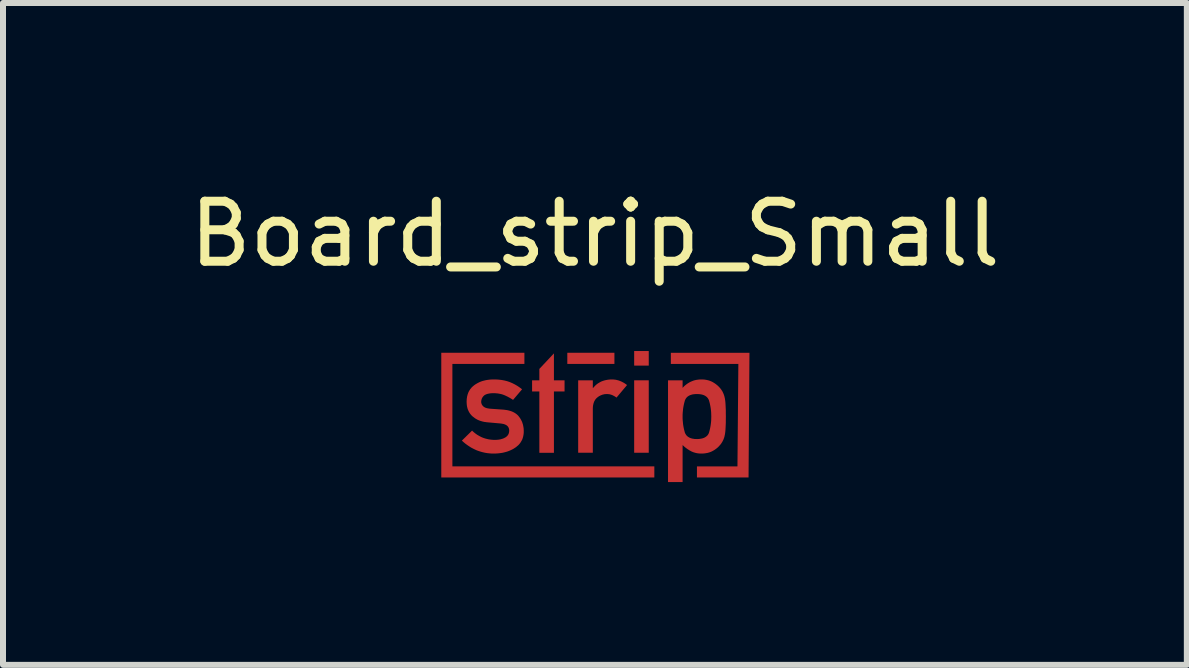
<source format=kicad_pcb>
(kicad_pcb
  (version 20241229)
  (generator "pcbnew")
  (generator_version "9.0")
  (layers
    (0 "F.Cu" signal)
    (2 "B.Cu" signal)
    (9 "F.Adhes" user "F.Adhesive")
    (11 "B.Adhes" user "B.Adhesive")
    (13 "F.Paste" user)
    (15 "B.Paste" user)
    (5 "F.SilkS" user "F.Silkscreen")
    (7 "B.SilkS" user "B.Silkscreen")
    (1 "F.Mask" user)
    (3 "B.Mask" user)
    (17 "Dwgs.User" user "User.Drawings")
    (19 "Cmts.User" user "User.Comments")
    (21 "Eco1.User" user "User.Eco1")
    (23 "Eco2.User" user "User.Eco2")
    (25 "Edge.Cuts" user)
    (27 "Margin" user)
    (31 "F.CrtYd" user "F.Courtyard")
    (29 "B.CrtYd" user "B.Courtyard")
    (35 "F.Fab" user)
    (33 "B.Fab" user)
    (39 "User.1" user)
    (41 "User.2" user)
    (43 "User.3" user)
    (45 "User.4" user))
  (footprint "Board_strip_Small"
    (layer "F.Cu")
    (at 6.863 3.848)
    (property "Reference" "Board_strip_Small" (at 0 -3 0) (unlocked yes) (layer "F.SilkS") (effects (font (size 1 1) (thickness 0.15))))
    (attr exclude_from_pos_files exclude_from_bom allow_missing_courtyard)
    (fp_poly (pts (xy 0.325 -0.834) (xy -0.46 -0.834) (xy -0.46 -1.02) (xy 0.325 -1.02)) (stroke (width 0) (type solid)) (fill yes) (layer "F.Cu"))
    (fp_poly (pts (xy 0.897 -0.806) (xy 0.654 -0.806) (xy 0.654 -1.049) (xy 0.897 -1.049)) (stroke (width 0) (type solid)) (fill yes) (layer "F.Cu"))
    (fp_poly (pts (xy 0.897 0.646) (xy 0.654 0.646) (xy 0.654 -0.561) (xy 0.897 -0.561)) (stroke (width 0) (type solid)) (fill yes) (layer "F.Cu"))
    (fp_poly (pts (xy -1.175 -0.834) (xy -2.375 -0.834) (xy -2.375 0.873) (xy 0.99 0.873) (xy 0.99 1.058) (xy -2.56 1.058) (xy -2.56 -1.02) (xy -1.175 -1.02)) (stroke (width 0) (type solid)) (fill yes) (layer "F.Cu"))
    (fp_poly (pts (xy 2.56 1.058) (xy 1.7 1.058) (xy 1.7 0.873) (xy 2.375 0.873) (xy 2.39 -0.834) (xy 1.265 -0.834) (xy 1.265 -1.019) (xy 2.575 -1.019)) (stroke (width 0) (type solid)) (fill yes) (layer "F.Cu"))
    (fp_poly (pts (xy -0.683 -0.561) (xy -0.506 -0.561) (xy -0.506 -0.375) (xy -0.683 -0.375) (xy -0.683 0.647) (xy -0.926 0.647) (xy -0.926 -0.375) (xy -1.047 -0.375) (xy -1.047 -0.561) (xy -0.926 -0.561) (xy -0.926 -0.751) (xy -0.683 -1.01)) (stroke (width 0) (type solid)) (fill yes) (layer "F.Cu"))
    (fp_poly (pts (xy 0.3 -0.575) (xy 0.316 -0.574) (xy 0.332 -0.572) (xy 0.349 -0.57) (xy 0.365 -0.566) (xy 0.381 -0.562) (xy 0.397 -0.558) (xy 0.412 -0.552) (xy 0.428 -0.546) (xy 0.444 -0.539) (xy 0.459 -0.531) (xy 0.475 -0.523) (xy 0.49 -0.514) (xy 0.505 -0.504) (xy 0.52 -0.494) (xy 0.535 -0.482) (xy 0.36 -0.273) (xy 0.35 -0.28) (xy 0.34 -0.287) (xy 0.33 -0.293) (xy 0.32 -0.299) (xy 0.31 -0.304) (xy 0.3 -0.309) (xy 0.29 -0.314) (xy 0.28 -0.318) (xy 0.27 -0.321) (xy 0.26 -0.324) (xy 0.25 -0.327) (xy 0.24 -0.329) (xy 0.23 -0.33) (xy 0.22 -0.331) (xy 0.209 -0.332) (xy 0.199 -0.332) (xy 0.188 -0.332) (xy 0.177 -0.331) (xy 0.166 -0.33) (xy 0.156 -0.329) (xy 0.145 -0.326) (xy 0.135 -0.324) (xy 0.124 -0.321) (xy 0.114 -0.317) (xy 0.104 -0.313) (xy 0.094 -0.309) (xy 0.084 -0.304) (xy 0.074 -0.299) (xy 0.065 -0.293) (xy 0.055 -0.287) (xy 0.046 -0.28) (xy 0.037 -0.272) (xy 0.028 -0.265) (xy 0.02 -0.256) (xy 0.012 -0.247) (xy 0.005 -0.238) (xy -0.001 -0.228) (xy -0.007 -0.217) (xy -0.013 -0.206) (xy -0.017 -0.194) (xy -0.022 -0.182) (xy -0.025 -0.169) (xy -0.028 -0.156) (xy -0.031 -0.142) (xy -0.033 -0.127) (xy -0.034 -0.112) (xy -0.035 -0.096) (xy -0.035 -0.08) (xy -0.035 0.646) (xy -0.279 0.646) (xy -0.279 -0.561) (xy -0.035 -0.561) (xy -0.035 -0.432) (xy -0.031 -0.432) (xy -0.017 -0.45) (xy -0.001 -0.466) (xy 0.014 -0.481) (xy 0.031 -0.495) (xy 0.048 -0.508) (xy 0.066 -0.519) (xy 0.085 -0.53) (xy 0.104 -0.54) (xy 0.124 -0.548) (xy 0.145 -0.555) (xy 0.166 -0.561) (xy 0.188 -0.566) (xy 0.211 -0.57) (xy 0.234 -0.573) (xy 0.258 -0.575) (xy 0.283 -0.575)) (stroke (width 0) (type solid)) (fill yes) (layer "F.Cu"))
    (fp_poly (pts (xy 1.786 -0.575) (xy 1.8 -0.575) (xy 1.813 -0.574) (xy 1.826 -0.573) (xy 1.839 -0.571) (xy 1.851 -0.569) (xy 1.863 -0.567) (xy 1.875 -0.564) (xy 1.887 -0.561) (xy 1.899 -0.558) (xy 1.91 -0.554) (xy 1.921 -0.55) (xy 1.932 -0.546) (xy 1.943 -0.541) (xy 1.953 -0.536) (xy 1.963 -0.531) (xy 1.973 -0.525) (xy 1.983 -0.519) (xy 1.992 -0.513) (xy 2.002 -0.507) (xy 2.011 -0.5) (xy 2.019 -0.494) (xy 2.028 -0.487) (xy 2.036 -0.48) (xy 2.045 -0.473) (xy 2.053 -0.466) (xy 2.06 -0.458) (xy 2.068 -0.451) (xy 2.075 -0.443) (xy 2.082 -0.435) (xy 2.089 -0.427) (xy 2.096 -0.418) (xy 2.102 -0.41) (xy 2.108 -0.402) (xy 2.113 -0.393) (xy 2.119 -0.385) (xy 2.124 -0.376) (xy 2.129 -0.367) (xy 2.133 -0.357) (xy 2.138 -0.348) (xy 2.142 -0.338) (xy 2.146 -0.329) (xy 2.149 -0.319) (xy 2.153 -0.309) (xy 2.156 -0.298) (xy 2.159 -0.288) (xy 2.161 -0.277) (xy 2.164 -0.267) (xy 2.168 -0.243) (xy 2.172 -0.215) (xy 2.175 -0.182) (xy 2.177 -0.146) (xy 2.179 -0.105) (xy 2.181 -0.06) (xy 2.181 -0.01) (xy 2.182 0.043) (xy 2.181 0.097) (xy 2.181 0.146) (xy 2.179 0.191) (xy 2.177 0.232) (xy 2.175 0.268) (xy 2.172 0.3) (xy 2.168 0.329) (xy 2.164 0.352) (xy 2.161 0.363) (xy 2.159 0.374) (xy 2.156 0.384) (xy 2.153 0.395) (xy 2.149 0.405) (xy 2.146 0.415) (xy 2.142 0.424) (xy 2.138 0.434) (xy 2.133 0.443) (xy 2.129 0.452) (xy 2.124 0.461) (xy 2.119 0.47) (xy 2.113 0.479) (xy 2.108 0.487) (xy 2.102 0.496) (xy 2.096 0.504) (xy 2.089 0.512) (xy 2.082 0.52) (xy 2.075 0.528) (xy 2.068 0.536) (xy 2.06 0.544) (xy 2.053 0.552) (xy 2.045 0.559) (xy 2.036 0.566) (xy 2.028 0.573) (xy 2.019 0.58) (xy 2.011 0.586) (xy 2.002 0.592) (xy 1.992 0.599) (xy 1.983 0.605) (xy 1.973 0.61) (xy 1.963 0.616) (xy 1.953 0.621) (xy 1.943 0.626) (xy 1.932 0.631) (xy 1.921 0.635) (xy 1.91 0.639) (xy 1.899 0.642) (xy 1.887 0.646) (xy 1.875 0.649) (xy 1.863 0.651) (xy 1.851 0.653) (xy 1.839 0.655) (xy 1.826 0.657) (xy 1.813 0.658) (xy 1.8 0.659) (xy 1.786 0.659) (xy 1.772 0.659) (xy 1.761 0.659) (xy 1.749 0.659) (xy 1.738 0.658) (xy 1.727 0.657) (xy 1.716 0.656) (xy 1.705 0.654) (xy 1.694 0.652) (xy 1.683 0.65) (xy 1.673 0.647) (xy 1.662 0.644) (xy 1.652 0.641) (xy 1.642 0.638) (xy 1.632 0.634) (xy 1.622 0.63) (xy 1.613 0.626) (xy 1.603 0.621) (xy 1.594 0.616) (xy 1.585 0.611) (xy 1.575 0.606) (xy 1.566 0.6) (xy 1.557 0.594) (xy 1.548 0.589) (xy 1.539 0.582) (xy 1.53 0.576) (xy 1.521 0.569) (xy 1.512 0.563) (xy 1.504 0.556) (xy 1.495 0.549) (xy 1.486 0.541) (xy 1.478 0.533) (xy 1.461 0.518) (xy 1.461 1.134) (xy 1.218 1.134) (xy 1.218 0.043) (xy 1.461 0.043) (xy 1.461 0.076) (xy 1.463 0.108) (xy 1.466 0.14) (xy 1.469 0.172) (xy 1.474 0.204) (xy 1.48 0.235) (xy 1.487 0.266) (xy 1.495 0.296) (xy 1.497 0.304) (xy 1.499 0.311) (xy 1.502 0.318) (xy 1.505 0.325) (xy 1.509 0.331) (xy 1.512 0.337) (xy 1.516 0.343) (xy 1.52 0.349) (xy 1.524 0.355) (xy 1.529 0.36) (xy 1.534 0.365) (xy 1.539 0.37) (xy 1.545 0.375) (xy 1.55 0.379) (xy 1.556 0.383) (xy 1.563 0.387) (xy 1.569 0.391) (xy 1.576 0.394) (xy 1.583 0.398) (xy 1.59 0.401) (xy 1.598 0.403) (xy 1.606 0.406) (xy 1.614 0.408) (xy 1.622 0.41) (xy 1.631 0.412) (xy 1.64 0.413) (xy 1.649 0.415) (xy 1.659 0.416) (xy 1.668 0.417) (xy 1.678 0.417) (xy 1.689 0.417) (xy 1.699 0.418) (xy 1.72 0.417) (xy 1.74 0.416) (xy 1.758 0.413) (xy 1.776 0.41) (xy 1.793 0.406) (xy 1.808 0.401) (xy 1.823 0.395) (xy 1.836 0.388) (xy 1.848 0.38) (xy 1.859 0.372) (xy 1.87 0.362) (xy 1.879 0.352) (xy 1.887 0.34) (xy 1.894 0.328) (xy 1.9 0.314) (xy 1.904 0.3) (xy 1.912 0.27) (xy 1.919 0.24) (xy 1.925 0.209) (xy 1.93 0.177) (xy 1.934 0.145) (xy 1.937 0.112) (xy 1.938 0.078) (xy 1.939 0.043) (xy 1.938 0.009) (xy 1.937 -0.025) (xy 1.934 -0.058) (xy 1.93 -0.091) (xy 1.925 -0.123) (xy 1.919 -0.154) (xy 1.912 -0.185) (xy 1.904 -0.214) (xy 1.902 -0.222) (xy 1.9 -0.229) (xy 1.897 -0.235) (xy 1.894 -0.242) (xy 1.89 -0.248) (xy 1.887 -0.254) (xy 1.883 -0.26) (xy 1.879 -0.266) (xy 1.874 -0.271) (xy 1.87 -0.277) (xy 1.865 -0.282) (xy 1.859 -0.286) (xy 1.854 -0.291) (xy 1.848 -0.295) (xy 1.842 -0.299) (xy 1.836 -0.303) (xy 1.829 -0.306) (xy 1.823 -0.31) (xy 1.816 -0.313) (xy 1.808 -0.316) (xy 1.801 -0.318) (xy 1.793 -0.321) (xy 1.785 -0.323) (xy 1.776 -0.325) (xy 1.767 -0.327) (xy 1.758 -0.328) (xy 1.749 -0.329) (xy 1.74 -0.331) (xy 1.73 -0.331) (xy 1.72 -0.332) (xy 1.71 -0.332) (xy 1.699 -0.332) (xy 1.678 -0.332) (xy 1.659 -0.33) (xy 1.64 -0.328) (xy 1.622 -0.325) (xy 1.606 -0.32) (xy 1.59 -0.315) (xy 1.576 -0.309) (xy 1.563 -0.302) (xy 1.55 -0.294) (xy 1.539 -0.285) (xy 1.529 -0.275) (xy 1.52 -0.264) (xy 1.512 -0.252) (xy 1.505 -0.239) (xy 1.499 -0.225) (xy 1.495 -0.21) (xy 1.487 -0.18) (xy 1.48 -0.149) (xy 1.474 -0.117) (xy 1.469 -0.086) (xy 1.466 -0.054) (xy 1.463 -0.022) (xy 1.461 0.011) (xy 1.461 0.043) (xy 1.218 0.043) (xy 1.218 -0.561) (xy 1.461 -0.561) (xy 1.461 -0.435) (xy 1.477 -0.452) (xy 1.493 -0.468) (xy 1.51 -0.482) (xy 1.528 -0.496) (xy 1.546 -0.509) (xy 1.564 -0.52) (xy 1.583 -0.531) (xy 1.602 -0.54) (xy 1.622 -0.548) (xy 1.642 -0.556) (xy 1.663 -0.562) (xy 1.684 -0.567) (xy 1.705 -0.57) (xy 1.727 -0.573) (xy 1.75 -0.575) (xy 1.772 -0.575)) (stroke (width 0) (type solid)) (fill yes) (layer "F.Cu"))
    (fp_poly (pts (xy -1.649 -0.575) (xy -1.612 -0.573) (xy -1.576 -0.569) (xy -1.558 -0.567) (xy -1.541 -0.564) (xy -1.524 -0.561) (xy -1.508 -0.558) (xy -1.492 -0.554) (xy -1.476 -0.55) (xy -1.461 -0.546) (xy -1.446 -0.541) (xy -1.431 -0.536) (xy -1.417 -0.531) (xy -1.389 -0.519) (xy -1.375 -0.513) (xy -1.362 -0.506) (xy -1.349 -0.5) (xy -1.336 -0.493) (xy -1.323 -0.486) (xy -1.31 -0.478) (xy -1.297 -0.471) (xy -1.285 -0.463) (xy -1.273 -0.455) (xy -1.261 -0.447) (xy -1.249 -0.438) (xy -1.237 -0.43) (xy -1.226 -0.421) (xy -1.214 -0.411) (xy -1.364 -0.235) (xy -1.383 -0.247) (xy -1.401 -0.258) (xy -1.419 -0.269) (xy -1.438 -0.279) (xy -1.456 -0.289) (xy -1.475 -0.298) (xy -1.494 -0.307) (xy -1.513 -0.315) (xy -1.523 -0.319) (xy -1.533 -0.322) (xy -1.543 -0.326) (xy -1.553 -0.329) (xy -1.563 -0.331) (xy -1.574 -0.334) (xy -1.585 -0.336) (xy -1.595 -0.338) (xy -1.606 -0.34) (xy -1.617 -0.342) (xy -1.629 -0.343) (xy -1.64 -0.344) (xy -1.652 -0.345) (xy -1.664 -0.346) (xy -1.676 -0.346) (xy -1.688 -0.346) (xy -1.702 -0.346) (xy -1.716 -0.346) (xy -1.729 -0.345) (xy -1.742 -0.344) (xy -1.754 -0.342) (xy -1.765 -0.34) (xy -1.776 -0.338) (xy -1.786 -0.336) (xy -1.796 -0.333) (xy -1.805 -0.33) (xy -1.814 -0.327) (xy -1.822 -0.323) (xy -1.83 -0.319) (xy -1.837 -0.315) (xy -1.844 -0.31) (xy -1.849 -0.305) (xy -1.855 -0.3) (xy -1.86 -0.294) (xy -1.865 -0.289) (xy -1.869 -0.283) (xy -1.873 -0.277) (xy -1.877 -0.271) (xy -1.88 -0.265) (xy -1.883 -0.258) (xy -1.886 -0.252) (xy -1.888 -0.245) (xy -1.89 -0.238) (xy -1.892 -0.231) (xy -1.893 -0.224) (xy -1.894 -0.216) (xy -1.895 -0.209) (xy -1.895 -0.201) (xy -1.895 -0.196) (xy -1.894 -0.191) (xy -1.894 -0.186) (xy -1.893 -0.182) (xy -1.891 -0.177) (xy -1.89 -0.172) (xy -1.888 -0.168) (xy -1.886 -0.163) (xy -1.884 -0.158) (xy -1.882 -0.154) (xy -1.879 -0.149) (xy -1.876 -0.145) (xy -1.873 -0.141) (xy -1.869 -0.136) (xy -1.865 -0.132) (xy -1.861 -0.128) (xy -1.857 -0.124) (xy -1.852 -0.12) (xy -1.846 -0.116) (xy -1.841 -0.113) (xy -1.834 -0.109) (xy -1.828 -0.106) (xy -1.82 -0.103) (xy -1.813 -0.101) (xy -1.805 -0.098) (xy -1.796 -0.096) (xy -1.787 -0.094) (xy -1.778 -0.092) (xy -1.768 -0.091) (xy -1.758 -0.089) (xy -1.747 -0.088) (xy -1.735 -0.087) (xy -1.535 -0.073) (xy -1.512 -0.071) (xy -1.49 -0.068) (xy -1.469 -0.065) (xy -1.448 -0.061) (xy -1.429 -0.056) (xy -1.41 -0.051) (xy -1.392 -0.045) (xy -1.375 -0.038) (xy -1.358 -0.03) (xy -1.343 -0.022) (xy -1.328 -0.013) (xy -1.314 -0.003) (xy -1.301 0.007) (xy -1.289 0.018) (xy -1.277 0.03) (xy -1.267 0.043) (xy -1.257 0.056) (xy -1.248 0.069) (xy -1.239 0.083) (xy -1.231 0.097) (xy -1.224 0.111) (xy -1.217 0.125) (xy -1.211 0.14) (xy -1.206 0.156) (xy -1.201 0.171) (xy -1.197 0.187) (xy -1.194 0.203) (xy -1.191 0.22) (xy -1.188 0.236) (xy -1.187 0.253) (xy -1.186 0.271) (xy -1.186 0.289) (xy -1.186 0.31) (xy -1.188 0.332) (xy -1.191 0.352) (xy -1.195 0.372) (xy -1.2 0.392) (xy -1.206 0.411) (xy -1.213 0.429) (xy -1.222 0.446) (xy -1.232 0.463) (xy -1.242 0.479) (xy -1.254 0.495) (xy -1.267 0.51) (xy -1.281 0.524) (xy -1.297 0.537) (xy -1.313 0.551) (xy -1.331 0.563) (xy -1.349 0.575) (xy -1.368 0.586) (xy -1.388 0.596) (xy -1.407 0.605) (xy -1.428 0.614) (xy -1.449 0.622) (xy -1.47 0.629) (xy -1.492 0.635) (xy -1.515 0.641) (xy -1.537 0.646) (xy -1.561 0.65) (xy -1.585 0.653) (xy -1.609 0.656) (xy -1.634 0.658) (xy -1.66 0.659) (xy -1.685 0.659) (xy -1.723 0.659) (xy -1.76 0.656) (xy -1.796 0.652) (xy -1.832 0.646) (xy -1.867 0.638) (xy -1.901 0.629) (xy -1.935 0.618) (xy -1.969 0.606) (xy -2.002 0.591) (xy -2.034 0.575) (xy -2.066 0.558) (xy -2.097 0.538) (xy -2.128 0.517) (xy -2.158 0.495) (xy -2.188 0.47) (xy -2.217 0.444) (xy -2.047 0.277) (xy -2.027 0.296) (xy -2.007 0.313) (xy -1.985 0.33) (xy -1.964 0.345) (xy -1.942 0.358) (xy -1.919 0.371) (xy -1.896 0.383) (xy -1.873 0.393) (xy -1.849 0.402) (xy -1.824 0.41) (xy -1.799 0.416) (xy -1.774 0.422) (xy -1.748 0.426) (xy -1.721 0.429) (xy -1.694 0.431) (xy -1.667 0.432) (xy -1.654 0.431) (xy -1.642 0.431) (xy -1.629 0.43) (xy -1.617 0.429) (xy -1.606 0.428) (xy -1.594 0.426) (xy -1.583 0.424) (xy -1.572 0.422) (xy -1.562 0.419) (xy -1.552 0.416) (xy -1.542 0.413) (xy -1.532 0.41) (xy -1.523 0.406) (xy -1.513 0.402) (xy -1.505 0.397) (xy -1.496 0.393) (xy -1.488 0.388) (xy -1.484 0.385) (xy -1.48 0.382) (xy -1.477 0.379) (xy -1.473 0.377) (xy -1.47 0.374) (xy -1.466 0.371) (xy -1.463 0.368) (xy -1.46 0.365) (xy -1.458 0.361) (xy -1.455 0.358) (xy -1.452 0.355) (xy -1.45 0.351) (xy -1.448 0.348) (xy -1.445 0.344) (xy -1.443 0.341) (xy -1.441 0.337) (xy -1.44 0.333) (xy -1.438 0.329) (xy -1.436 0.325) (xy -1.435 0.321) (xy -1.434 0.317) (xy -1.433 0.313) (xy -1.432 0.309) (xy -1.431 0.304) (xy -1.43 0.3) (xy -1.43 0.296) (xy -1.429 0.291) (xy -1.429 0.286) (xy -1.428 0.277) (xy -1.429 0.27) (xy -1.429 0.264) (xy -1.43 0.258) (xy -1.431 0.252) (xy -1.432 0.246) (xy -1.434 0.241) (xy -1.436 0.235) (xy -1.438 0.23) (xy -1.44 0.225) (xy -1.443 0.22) (xy -1.446 0.215) (xy -1.449 0.211) (xy -1.453 0.206) (xy -1.457 0.202) (xy -1.461 0.198) (xy -1.465 0.194) (xy -1.47 0.191) (xy -1.475 0.187) (xy -1.481 0.184) (xy -1.486 0.181) (xy -1.492 0.178) (xy -1.498 0.175) (xy -1.505 0.173) (xy -1.512 0.17) (xy -1.519 0.168) (xy -1.526 0.166) (xy -1.534 0.165) (xy -1.542 0.163) (xy -1.55 0.162) (xy -1.558 0.16) (xy -1.576 0.158) (xy -1.79 0.139) (xy -1.809 0.137) (xy -1.827 0.134) (xy -1.845 0.132) (xy -1.862 0.128) (xy -1.879 0.124) (xy -1.895 0.119) (xy -1.912 0.114) (xy -1.927 0.108) (xy -1.943 0.102) (xy -1.958 0.095) (xy -1.972 0.087) (xy -1.986 0.079) (xy -2 0.07) (xy -2.013 0.06) (xy -2.026 0.05) (xy -2.039 0.04) (xy -2.051 0.029) (xy -2.062 0.017) (xy -2.072 0.005) (xy -2.082 -0.008) (xy -2.091 -0.022) (xy -2.099 -0.035) (xy -2.106 -0.05) (xy -2.113 -0.065) (xy -2.119 -0.08) (xy -2.124 -0.096) (xy -2.128 -0.113) (xy -2.132 -0.13) (xy -2.134 -0.147) (xy -2.136 -0.165) (xy -2.137 -0.184) (xy -2.138 -0.203) (xy -2.137 -0.226) (xy -2.136 -0.248) (xy -2.133 -0.269) (xy -2.13 -0.29) (xy -2.125 -0.309) (xy -2.12 -0.328) (xy -2.113 -0.347) (xy -2.106 -0.365) (xy -2.097 -0.382) (xy -2.087 -0.398) (xy -2.077 -0.414) (xy -2.065 -0.428) (xy -2.053 -0.443) (xy -2.039 -0.456) (xy -2.024 -0.469) (xy -2.009 -0.481) (xy -1.992 -0.493) (xy -1.975 -0.503) (xy -1.958 -0.513) (xy -1.94 -0.522) (xy -1.922 -0.531) (xy -1.903 -0.539) (xy -1.884 -0.546) (xy -1.864 -0.552) (xy -1.844 -0.557) (xy -1.823 -0.562) (xy -1.802 -0.566) (xy -1.78 -0.569) (xy -1.757 -0.572) (xy -1.735 -0.574) (xy -1.712 -0.575) (xy -1.688 -0.575)) (stroke (width 0) (type solid)) (fill yes) (layer "F.Cu"))
    (fp_poly (pts (xy 0.322 -0.83) (xy -0.463 -0.83) (xy -0.463 -1.015) (xy 0.322 -1.015)) (stroke (width 0) (type solid)) (fill yes) (layer "F.Mask"))
    (fp_poly (pts (xy 0.894 -0.801) (xy 0.651 -0.801) (xy 0.651 -1.044) (xy 0.894 -1.044)) (stroke (width 0) (type solid)) (fill yes) (layer "F.Mask"))
    (fp_poly (pts (xy 0.894 0.65) (xy 0.651 0.65) (xy 0.651 -0.557) (xy 0.894 -0.557)) (stroke (width 0) (type solid)) (fill yes) (layer "F.Mask"))
    (fp_poly (pts (xy -1.178 -0.83) (xy -2.378 -0.83) (xy -2.378 0.877) (xy 0.986 0.877) (xy 0.986 1.062) (xy -2.563 1.062) (xy -2.563 -1.015) (xy -1.178 -1.015)) (stroke (width 0) (type solid)) (fill yes) (layer "F.Mask"))
    (fp_poly (pts (xy 2.557 1.063) (xy 1.697 1.063) (xy 1.697 0.877) (xy 2.372 0.877) (xy 2.387 -0.83) (xy 1.262 -0.83) (xy 1.262 -1.015) (xy 2.572 -1.015)) (stroke (width 0) (type solid)) (fill yes) (layer "F.Mask"))
    (fp_poly (pts (xy -0.686 -0.557) (xy -0.51 -0.557) (xy -0.51 -0.371) (xy -0.686 -0.371) (xy -0.686 0.651) (xy -0.929 0.651) (xy -0.929 -0.371) (xy -1.05 -0.371) (xy -1.05 -0.557) (xy -0.929 -0.557) (xy -0.929 -0.747) (xy -0.686 -1.006)) (stroke (width 0) (type solid)) (fill yes) (layer "F.Mask"))
    (fp_poly (pts (xy 0.296 -0.571) (xy 0.313 -0.57) (xy 0.329 -0.568) (xy 0.345 -0.565) (xy 0.362 -0.562) (xy 0.378 -0.558) (xy 0.393 -0.553) (xy 0.409 -0.548) (xy 0.425 -0.542) (xy 0.441 -0.535) (xy 0.456 -0.527) (xy 0.472 -0.519) (xy 0.487 -0.51) (xy 0.502 -0.5) (xy 0.517 -0.489) (xy 0.532 -0.478) (xy 0.357 -0.269) (xy 0.347 -0.276) (xy 0.337 -0.283) (xy 0.327 -0.289) (xy 0.317 -0.295) (xy 0.307 -0.3) (xy 0.297 -0.305) (xy 0.287 -0.309) (xy 0.277 -0.313) (xy 0.267 -0.317) (xy 0.257 -0.32) (xy 0.247 -0.322) (xy 0.237 -0.324) (xy 0.227 -0.326) (xy 0.216 -0.327) (xy 0.206 -0.328) (xy 0.196 -0.328) (xy 0.185 -0.328) (xy 0.174 -0.327) (xy 0.163 -0.326) (xy 0.152 -0.324) (xy 0.142 -0.322) (xy 0.131 -0.32) (xy 0.121 -0.317) (xy 0.111 -0.313) (xy 0.101 -0.309) (xy 0.091 -0.305) (xy 0.081 -0.3) (xy 0.071 -0.294) (xy 0.062 -0.289) (xy 0.052 -0.282) (xy 0.043 -0.275) (xy 0.034 -0.268) (xy 0.025 -0.26) (xy 0.017 -0.252) (xy 0.009 -0.243) (xy 0.002 -0.234) (xy -0.004 -0.224) (xy -0.01 -0.213) (xy -0.016 -0.202) (xy -0.021 -0.19) (xy -0.025 -0.178) (xy -0.028 -0.165) (xy -0.032 -0.152) (xy -0.034 -0.138) (xy -0.036 -0.123) (xy -0.037 -0.108) (xy -0.038 -0.092) (xy -0.039 -0.076) (xy -0.039 0.65) (xy -0.282 0.65) (xy -0.282 -0.557) (xy -0.039 -0.557) (xy -0.039 -0.428) (xy -0.034 -0.428) (xy -0.02 -0.445) (xy -0.005 -0.462) (xy 0.011 -0.477) (xy 0.028 -0.491) (xy 0.045 -0.503) (xy 0.063 -0.515) (xy 0.082 -0.526) (xy 0.101 -0.535) (xy 0.121 -0.544) (xy 0.141 -0.551) (xy 0.163 -0.557) (xy 0.185 -0.562) (xy 0.208 -0.566) (xy 0.231 -0.569) (xy 0.255 -0.571) (xy 0.28 -0.571)) (stroke (width 0) (type solid)) (fill yes) (layer "F.Mask"))
    (fp_poly (pts (xy 1.783 -0.571) (xy 1.796 -0.57) (xy 1.81 -0.57) (xy 1.823 -0.568) (xy 1.835 -0.567) (xy 1.848 -0.565) (xy 1.86 -0.563) (xy 1.872 -0.56) (xy 1.884 -0.557) (xy 1.896 -0.554) (xy 1.907 -0.55) (xy 1.918 -0.546) (xy 1.929 -0.542) (xy 1.94 -0.537) (xy 1.95 -0.532) (xy 1.96 -0.526) (xy 1.97 -0.521) (xy 1.98 -0.515) (xy 1.989 -0.509) (xy 1.998 -0.503) (xy 2.007 -0.496) (xy 2.016 -0.49) (xy 2.025 -0.483) (xy 2.033 -0.476) (xy 2.041 -0.469) (xy 2.049 -0.462) (xy 2.057 -0.454) (xy 2.065 -0.446) (xy 2.072 -0.439) (xy 2.079 -0.431) (xy 2.086 -0.422) (xy 2.093 -0.414) (xy 2.099 -0.406) (xy 2.105 -0.398) (xy 2.11 -0.389) (xy 2.116 -0.38) (xy 2.121 -0.371) (xy 2.126 -0.362) (xy 2.13 -0.353) (xy 2.135 -0.344) (xy 2.139 -0.334) (xy 2.143 -0.324) (xy 2.146 -0.314) (xy 2.15 -0.304) (xy 2.153 -0.294) (xy 2.156 -0.284) (xy 2.158 -0.273) (xy 2.161 -0.262) (xy 2.165 -0.239) (xy 2.168 -0.211) (xy 2.172 -0.178) (xy 2.174 -0.142) (xy 2.176 -0.101) (xy 2.177 -0.056) (xy 2.178 -0.006) (xy 2.179 0.048) (xy 2.178 0.101) (xy 2.177 0.15) (xy 2.176 0.195) (xy 2.174 0.236) (xy 2.172 0.272) (xy 2.168 0.305) (xy 2.165 0.333) (xy 2.161 0.357) (xy 2.158 0.368) (xy 2.156 0.378) (xy 2.153 0.389) (xy 2.15 0.399) (xy 2.146 0.409) (xy 2.143 0.419) (xy 2.139 0.429) (xy 2.135 0.438) (xy 2.13 0.448) (xy 2.126 0.457) (xy 2.121 0.466) (xy 2.116 0.474) (xy 2.11 0.483) (xy 2.105 0.492) (xy 2.099 0.5) (xy 2.093 0.508) (xy 2.086 0.516) (xy 2.079 0.525) (xy 2.072 0.533) (xy 2.065 0.541) (xy 2.057 0.548) (xy 2.049 0.556) (xy 2.041 0.563) (xy 2.033 0.57) (xy 2.025 0.577) (xy 2.016 0.584) (xy 2.007 0.59) (xy 1.998 0.597) (xy 1.989 0.603) (xy 1.98 0.609) (xy 1.97 0.615) (xy 1.96 0.62) (xy 1.95 0.625) (xy 1.94 0.63) (xy 1.929 0.635) (xy 1.918 0.639) (xy 1.907 0.643) (xy 1.896 0.647) (xy 1.884 0.65) (xy 1.872 0.653) (xy 1.86 0.655) (xy 1.848 0.658) (xy 1.835 0.659) (xy 1.823 0.661) (xy 1.81 0.662) (xy 1.796 0.663) (xy 1.783 0.664) (xy 1.769 0.664) (xy 1.758 0.664) (xy 1.746 0.663) (xy 1.735 0.662) (xy 1.723 0.661) (xy 1.712 0.66) (xy 1.701 0.658) (xy 1.691 0.656) (xy 1.68 0.654) (xy 1.67 0.652) (xy 1.659 0.649) (xy 1.649 0.646) (xy 1.639 0.642) (xy 1.629 0.638) (xy 1.619 0.634) (xy 1.61 0.63) (xy 1.6 0.625) (xy 1.591 0.62) (xy 1.582 0.615) (xy 1.572 0.61) (xy 1.563 0.604) (xy 1.554 0.599) (xy 1.545 0.593) (xy 1.536 0.587) (xy 1.527 0.58) (xy 1.518 0.574) (xy 1.509 0.567) (xy 1.501 0.56) (xy 1.492 0.553) (xy 1.483 0.545) (xy 1.475 0.538) (xy 1.458 0.522) (xy 1.458 1.138) (xy 1.215 1.138) (xy 1.215 0.048) (xy 1.458 0.048) (xy 1.458 0.08) (xy 1.46 0.113) (xy 1.462 0.145) (xy 1.466 0.176) (xy 1.471 0.208) (xy 1.477 0.239) (xy 1.484 0.27) (xy 1.491 0.3) (xy 1.494 0.308) (xy 1.496 0.315) (xy 1.499 0.322) (xy 1.502 0.329) (xy 1.505 0.335) (xy 1.509 0.342) (xy 1.513 0.348) (xy 1.517 0.354) (xy 1.521 0.359) (xy 1.526 0.364) (xy 1.531 0.37) (xy 1.536 0.374) (xy 1.542 0.379) (xy 1.547 0.383) (xy 1.553 0.388) (xy 1.56 0.391) (xy 1.566 0.395) (xy 1.573 0.399) (xy 1.58 0.402) (xy 1.587 0.405) (xy 1.595 0.407) (xy 1.603 0.41) (xy 1.611 0.412) (xy 1.619 0.414) (xy 1.628 0.416) (xy 1.637 0.418) (xy 1.646 0.419) (xy 1.655 0.42) (xy 1.665 0.421) (xy 1.675 0.421) (xy 1.685 0.422) (xy 1.696 0.422) (xy 1.717 0.421) (xy 1.737 0.42) (xy 1.755 0.418) (xy 1.773 0.414) (xy 1.79 0.41) (xy 1.805 0.405) (xy 1.819 0.399) (xy 1.833 0.392) (xy 1.845 0.385) (xy 1.856 0.376) (xy 1.866 0.366) (xy 1.876 0.356) (xy 1.884 0.344) (xy 1.891 0.332) (xy 1.896 0.319) (xy 1.901 0.304) (xy 1.909 0.275) (xy 1.916 0.244) (xy 1.922 0.213) (xy 1.927 0.181) (xy 1.931 0.149) (xy 1.934 0.116) (xy 1.935 0.082) (xy 1.936 0.048) (xy 1.935 0.013) (xy 1.934 -0.021) (xy 1.931 -0.054) (xy 1.927 -0.087) (xy 1.922 -0.119) (xy 1.916 -0.15) (xy 1.909 -0.18) (xy 1.901 -0.21) (xy 1.899 -0.217) (xy 1.896 -0.224) (xy 1.894 -0.231) (xy 1.891 -0.238) (xy 1.887 -0.244) (xy 1.884 -0.25) (xy 1.88 -0.256) (xy 1.876 -0.262) (xy 1.871 -0.267) (xy 1.866 -0.272) (xy 1.862 -0.277) (xy 1.856 -0.282) (xy 1.851 -0.287) (xy 1.845 -0.291) (xy 1.839 -0.295) (xy 1.833 -0.299) (xy 1.826 -0.302) (xy 1.819 -0.306) (xy 1.812 -0.309) (xy 1.805 -0.312) (xy 1.797 -0.314) (xy 1.79 -0.317) (xy 1.781 -0.319) (xy 1.773 -0.321) (xy 1.764 -0.322) (xy 1.755 -0.324) (xy 1.746 -0.325) (xy 1.737 -0.326) (xy 1.727 -0.327) (xy 1.717 -0.328) (xy 1.707 -0.328) (xy 1.696 -0.328) (xy 1.675 -0.328) (xy 1.655 -0.326) (xy 1.637 -0.324) (xy 1.619 -0.32) (xy 1.603 -0.316) (xy 1.587 -0.311) (xy 1.573 -0.305) (xy 1.56 -0.298) (xy 1.547 -0.289) (xy 1.536 -0.28) (xy 1.526 -0.27) (xy 1.517 -0.259) (xy 1.509 -0.248) (xy 1.502 -0.235) (xy 1.496 -0.221) (xy 1.491 -0.206) (xy 1.484 -0.175) (xy 1.477 -0.144) (xy 1.471 -0.113) (xy 1.466 -0.082) (xy 1.462 -0.05) (xy 1.46 -0.018) (xy 1.458 0.015) (xy 1.458 0.048) (xy 1.215 0.048) (xy 1.215 -0.557) (xy 1.458 -0.557) (xy 1.458 -0.43) (xy 1.474 -0.447) (xy 1.49 -0.463) (xy 1.507 -0.478) (xy 1.525 -0.492) (xy 1.543 -0.505) (xy 1.561 -0.516) (xy 1.58 -0.527) (xy 1.599 -0.536) (xy 1.619 -0.544) (xy 1.639 -0.551) (xy 1.659 -0.557) (xy 1.68 -0.562) (xy 1.702 -0.566) (xy 1.724 -0.569) (xy 1.746 -0.571) (xy 1.769 -0.571)) (stroke (width 0) (type solid)) (fill yes) (layer "F.Mask"))
    (fp_poly (pts (xy -1.652 -0.57) (xy -1.615 -0.568) (xy -1.579 -0.565) (xy -1.561 -0.563) (xy -1.544 -0.56) (xy -1.527 -0.557) (xy -1.511 -0.554) (xy -1.495 -0.55) (xy -1.479 -0.546) (xy -1.464 -0.542) (xy -1.449 -0.537) (xy -1.434 -0.532) (xy -1.42 -0.526) (xy -1.392 -0.515) (xy -1.379 -0.509) (xy -1.365 -0.502) (xy -1.352 -0.495) (xy -1.339 -0.489) (xy -1.326 -0.482) (xy -1.313 -0.474) (xy -1.3 -0.467) (xy -1.288 -0.459) (xy -1.276 -0.451) (xy -1.264 -0.443) (xy -1.252 -0.434) (xy -1.24 -0.425) (xy -1.229 -0.416) (xy -1.218 -0.407) (xy -1.368 -0.23) (xy -1.386 -0.242) (xy -1.404 -0.254) (xy -1.422 -0.265) (xy -1.441 -0.275) (xy -1.46 -0.285) (xy -1.478 -0.294) (xy -1.497 -0.303) (xy -1.517 -0.311) (xy -1.526 -0.314) (xy -1.536 -0.318) (xy -1.546 -0.321) (xy -1.556 -0.324) (xy -1.567 -0.327) (xy -1.577 -0.33) (xy -1.588 -0.332) (xy -1.598 -0.334) (xy -1.609 -0.336) (xy -1.621 -0.338) (xy -1.632 -0.339) (xy -1.643 -0.34) (xy -1.655 -0.341) (xy -1.667 -0.342) (xy -1.679 -0.342) (xy -1.691 -0.342) (xy -1.705 -0.342) (xy -1.719 -0.341) (xy -1.732 -0.341) (xy -1.745 -0.339) (xy -1.757 -0.338) (xy -1.768 -0.336) (xy -1.779 -0.334) (xy -1.79 -0.332) (xy -1.799 -0.329) (xy -1.809 -0.326) (xy -1.817 -0.323) (xy -1.826 -0.319) (xy -1.833 -0.315) (xy -1.84 -0.31) (xy -1.847 -0.306) (xy -1.853 -0.301) (xy -1.858 -0.295) (xy -1.863 -0.29) (xy -1.868 -0.285) (xy -1.872 -0.279) (xy -1.876 -0.273) (xy -1.88 -0.267) (xy -1.884 -0.261) (xy -1.887 -0.254) (xy -1.889 -0.248) (xy -1.891 -0.241) (xy -1.893 -0.234) (xy -1.895 -0.227) (xy -1.896 -0.219) (xy -1.897 -0.212) (xy -1.898 -0.204) (xy -1.898 -0.197) (xy -1.898 -0.192) (xy -1.897 -0.187) (xy -1.897 -0.182) (xy -1.896 -0.177) (xy -1.895 -0.173) (xy -1.893 -0.168) (xy -1.891 -0.163) (xy -1.889 -0.159) (xy -1.887 -0.154) (xy -1.885 -0.15) (xy -1.882 -0.145) (xy -1.879 -0.141) (xy -1.876 -0.136) (xy -1.872 -0.132) (xy -1.868 -0.128) (xy -1.864 -0.124) (xy -1.86 -0.119) (xy -1.855 -0.115) (xy -1.85 -0.112) (xy -1.844 -0.108) (xy -1.837 -0.105) (xy -1.831 -0.102) (xy -1.824 -0.099) (xy -1.816 -0.096) (xy -1.808 -0.094) (xy -1.799 -0.092) (xy -1.79 -0.09) (xy -1.781 -0.088) (xy -1.771 -0.086) (xy -1.761 -0.085) (xy -1.75 -0.084) (xy -1.739 -0.083) (xy -1.539 -0.069) (xy -1.516 -0.067) (xy -1.493 -0.064) (xy -1.472 -0.061) (xy -1.452 -0.057) (xy -1.432 -0.052) (xy -1.413 -0.047) (xy -1.395 -0.04) (xy -1.378 -0.033) (xy -1.361 -0.026) (xy -1.346 -0.018) (xy -1.331 -0.009) (xy -1.317 0.001) (xy -1.304 0.012) (xy -1.292 0.023) (xy -1.281 0.034) (xy -1.27 0.047) (xy -1.26 0.06) (xy -1.251 0.073) (xy -1.242 0.087) (xy -1.234 0.101) (xy -1.227 0.115) (xy -1.22 0.13) (xy -1.214 0.145) (xy -1.209 0.16) (xy -1.204 0.175) (xy -1.2 0.191) (xy -1.197 0.207) (xy -1.194 0.224) (xy -1.192 0.241) (xy -1.19 0.258) (xy -1.189 0.275) (xy -1.189 0.293) (xy -1.189 0.315) (xy -1.191 0.336) (xy -1.194 0.357) (xy -1.198 0.377) (xy -1.203 0.396) (xy -1.209 0.415) (xy -1.217 0.433) (xy -1.225 0.45) (xy -1.235 0.467) (xy -1.245 0.483) (xy -1.257 0.499) (xy -1.27 0.514) (xy -1.285 0.528) (xy -1.3 0.542) (xy -1.316 0.555) (xy -1.334 0.567) (xy -1.352 0.579) (xy -1.371 0.59) (xy -1.391 0.6) (xy -1.411 0.609) (xy -1.431 0.618) (xy -1.452 0.626) (xy -1.473 0.633) (xy -1.495 0.64) (xy -1.518 0.645) (xy -1.541 0.65) (xy -1.564 0.654) (xy -1.588 0.658) (xy -1.612 0.66) (xy -1.637 0.662) (xy -1.663 0.663) (xy -1.689 0.664) (xy -1.726 0.663) (xy -1.763 0.66) (xy -1.799 0.656) (xy -1.835 0.65) (xy -1.87 0.643) (xy -1.904 0.633) (xy -1.938 0.623) (xy -1.972 0.61) (xy -2.005 0.596) (xy -2.037 0.58) (xy -2.069 0.562) (xy -2.1 0.543) (xy -2.131 0.522) (xy -2.161 0.499) (xy -2.191 0.475) (xy -2.22 0.449) (xy -2.05 0.281) (xy -2.03 0.3) (xy -2.01 0.317) (xy -1.989 0.334) (xy -1.967 0.349) (xy -1.945 0.363) (xy -1.923 0.375) (xy -1.9 0.387) (xy -1.876 0.397) (xy -1.852 0.406) (xy -1.827 0.414) (xy -1.802 0.421) (xy -1.777 0.426) (xy -1.751 0.43) (xy -1.724 0.433) (xy -1.698 0.435) (xy -1.67 0.436) (xy -1.657 0.436) (xy -1.645 0.435) (xy -1.632 0.434) (xy -1.621 0.433) (xy -1.609 0.432) (xy -1.597 0.43) (xy -1.586 0.428) (xy -1.576 0.426) (xy -1.565 0.423) (xy -1.555 0.421) (xy -1.545 0.417) (xy -1.535 0.414) (xy -1.526 0.41) (xy -1.517 0.406) (xy -1.508 0.402) (xy -1.499 0.397) (xy -1.491 0.392) (xy -1.487 0.389) (xy -1.483 0.386) (xy -1.48 0.384) (xy -1.476 0.381) (xy -1.473 0.378) (xy -1.47 0.375) (xy -1.466 0.372) (xy -1.464 0.369) (xy -1.461 0.366) (xy -1.458 0.362) (xy -1.455 0.359) (xy -1.453 0.356) (xy -1.451 0.352) (xy -1.449 0.348) (xy -1.446 0.345) (xy -1.445 0.341) (xy -1.443 0.337) (xy -1.441 0.333) (xy -1.44 0.329) (xy -1.438 0.325) (xy -1.437 0.321) (xy -1.436 0.317) (xy -1.435 0.313) (xy -1.434 0.309) (xy -1.433 0.304) (xy -1.433 0.3) (xy -1.432 0.295) (xy -1.432 0.291) (xy -1.432 0.281) (xy -1.432 0.275) (xy -1.432 0.268) (xy -1.433 0.262) (xy -1.434 0.256) (xy -1.435 0.25) (xy -1.437 0.245) (xy -1.439 0.239) (xy -1.441 0.234) (xy -1.443 0.229) (xy -1.446 0.224) (xy -1.449 0.219) (xy -1.452 0.215) (xy -1.456 0.211) (xy -1.46 0.206) (xy -1.464 0.202) (xy -1.469 0.199) (xy -1.473 0.195) (xy -1.478 0.192) (xy -1.484 0.188) (xy -1.489 0.185) (xy -1.495 0.182) (xy -1.501 0.18) (xy -1.508 0.177) (xy -1.515 0.175) (xy -1.522 0.173) (xy -1.529 0.171) (xy -1.537 0.169) (xy -1.545 0.167) (xy -1.553 0.166) (xy -1.561 0.165) (xy -1.579 0.163) (xy -1.793 0.143) (xy -1.812 0.141) (xy -1.83 0.139) (xy -1.848 0.136) (xy -1.865 0.132) (xy -1.882 0.128) (xy -1.899 0.123) (xy -1.915 0.118) (xy -1.93 0.112) (xy -1.946 0.106) (xy -1.961 0.099) (xy -1.975 0.091) (xy -1.989 0.083) (xy -2.003 0.074) (xy -2.017 0.065) (xy -2.029 0.055) (xy -2.042 0.044) (xy -2.054 0.033) (xy -2.065 0.021) (xy -2.076 0.009) (xy -2.085 -0.004) (xy -2.094 -0.017) (xy -2.102 -0.031) (xy -2.11 -0.045) (xy -2.116 -0.06) (xy -2.122 -0.076) (xy -2.127 -0.092) (xy -2.131 -0.108) (xy -2.135 -0.125) (xy -2.137 -0.143) (xy -2.139 -0.161) (xy -2.141 -0.18) (xy -2.141 -0.199) (xy -2.14 -0.222) (xy -2.139 -0.244) (xy -2.136 -0.265) (xy -2.133 -0.285) (xy -2.128 -0.305) (xy -2.123 -0.324) (xy -2.116 -0.343) (xy -2.109 -0.36) (xy -2.1 -0.377) (xy -2.091 -0.394) (xy -2.08 -0.409) (xy -2.068 -0.424) (xy -2.056 -0.438) (xy -2.042 -0.452) (xy -2.027 -0.465) (xy -2.012 -0.477) (xy -1.995 -0.488) (xy -1.979 -0.499) (xy -1.961 -0.509) (xy -1.943 -0.518) (xy -1.925 -0.527) (xy -1.906 -0.534) (xy -1.887 -0.541) (xy -1.867 -0.548) (xy -1.847 -0.553) (xy -1.826 -0.558) (xy -1.805 -0.562) (xy -1.783 -0.565) (xy -1.761 -0.568) (xy -1.738 -0.57) (xy -1.715 -0.571) (xy -1.691 -0.571)) (stroke (width 0) (type solid)) (fill yes) (layer "F.Mask"))
    (zone (net_name "") (layer "F.Cu") (hatch edge 0.508) (connect_pads) (min_thickness 0.254) (filled_areas_thickness no) (keepout (tracks not_allowed) (vias not_allowed) (pads not_allowed) (copperpour not_allowed) (footprints not_allowed)) (placement (enabled no)) (fill) (polygon (pts (xy 9.535 5.028) (xy 4.235 5.028) (xy 4.235 2.7) (xy 9.535 2.7)))))
  (gr_rect
    (start -3 -3)
    (end 16.726 8.028)
    (stroke (width 0.1) (type default))
    (fill no)
    (layer "Edge.Cuts")))
</source>
